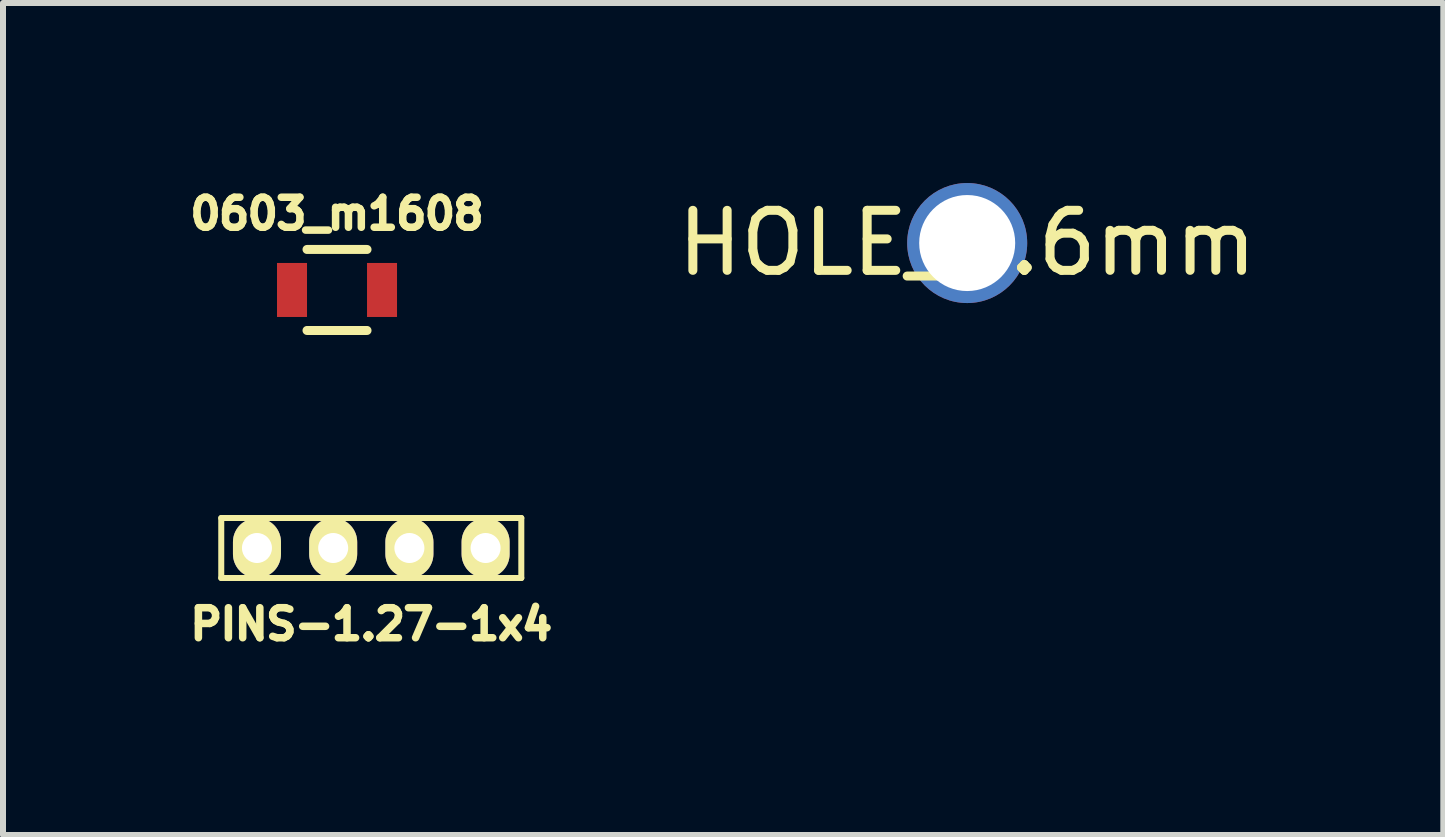
<source format=kicad_pcb>
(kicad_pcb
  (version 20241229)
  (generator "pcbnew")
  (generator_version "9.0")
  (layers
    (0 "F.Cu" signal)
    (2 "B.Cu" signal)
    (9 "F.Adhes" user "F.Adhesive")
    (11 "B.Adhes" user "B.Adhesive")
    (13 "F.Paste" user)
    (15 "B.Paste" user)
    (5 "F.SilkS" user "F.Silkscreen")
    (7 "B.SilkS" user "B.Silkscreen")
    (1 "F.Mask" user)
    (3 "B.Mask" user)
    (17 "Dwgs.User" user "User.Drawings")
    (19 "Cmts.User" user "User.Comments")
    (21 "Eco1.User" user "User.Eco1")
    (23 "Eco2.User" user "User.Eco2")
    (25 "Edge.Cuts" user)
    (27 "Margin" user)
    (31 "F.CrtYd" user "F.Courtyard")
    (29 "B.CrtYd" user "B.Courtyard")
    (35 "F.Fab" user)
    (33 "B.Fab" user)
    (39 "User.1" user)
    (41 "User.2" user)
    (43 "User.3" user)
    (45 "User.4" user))
  (footprint "PINS-1.27-1x4"
    (layer "F.Cu")
    (at 3.137 6.082)
    (property "Reference" "PINS-1.27-1x4" (at 0 1.27 0) (layer "F.SilkS") (effects (font (size 0.5 0.5) (thickness 0.125))))
    (attr through_hole)
    (fp_line (start -2.5 -0.5) (end 2.5 -0.5) (stroke (width 0.1) (type solid)) (layer "F.SilkS"))
    (fp_line (start -2.5 0.5) (end -2.5 -0.5) (stroke (width 0.1) (type solid)) (layer "F.SilkS"))
    (fp_line (start 2.5 -0.5) (end 2.5 0.5) (stroke (width 0.1) (type solid)) (layer "F.SilkS"))
    (fp_line (start 2.5 0.5) (end -2.5 0.5) (stroke (width 0.1) (type solid)) (layer "F.SilkS"))
    (pad "1" thru_hole oval (at -1.905 0) (size 0.8 1) (drill 0.5) (layers "*.Cu" "*.Mask" "F.SilkS"))
    (pad "2" thru_hole oval (at -0.635 0) (size 0.8 1) (drill 0.5) (layers "*.Cu" "*.Mask" "F.SilkS"))
    (pad "3" thru_hole oval (at 0.635 0) (size 0.8 1) (drill 0.5) (layers "*.Cu" "*.Mask" "F.SilkS"))
    (pad "4" thru_hole oval (at 1.905 0) (size 0.8 1) (drill 0.5) (layers "*.Cu" "*.Mask" "F.SilkS")))
  (footprint "HOLE_1.6mm"
    (layer "F.Cu")
    (at 13.067 1)
    (property "Reference" "HOLE_1.6mm" (at 0 0 0) (layer "F.SilkS") (effects (font (size 1 1) (thickness 0.15))))
    (attr through_hole)
    (pad "1" thru_hole circle (at 0 0) (size 2 2) (drill 1.6) (layers "*.Cu" "*.Mask")))
  (footprint "0603_m1608"
    (layer "F.Cu")
    (at 2.566 1.782)
    (property "Reference" "0603_m1608" (at 0 -1.27 0) (layer "F.SilkS") (effects (font (size 0.5 0.5) (thickness 0.125))))
    (attr smd)
    (fp_line (start -0.5 -0.675) (end 0.5 -0.675) (stroke (width 0.15) (type solid)) (layer "F.SilkS"))
    (fp_line (start 0.5 0.675) (end -0.5 0.675) (stroke (width 0.15) (type solid)) (layer "F.SilkS"))
    (pad "1" smd rect (at -0.75 0) (size 0.5 0.9) (layers "F.Cu" "F.Mask" "F.Paste"))
    (pad "2" smd rect (at 0.75 0) (size 0.5 0.9) (layers "F.Cu" "F.Mask" "F.Paste")))
  (gr_rect
    (start -3 -3)
    (end 21.001 10.864)
    (stroke (width 0.1) (type default))
    (fill no)
    (layer "Edge.Cuts")))
</source>
